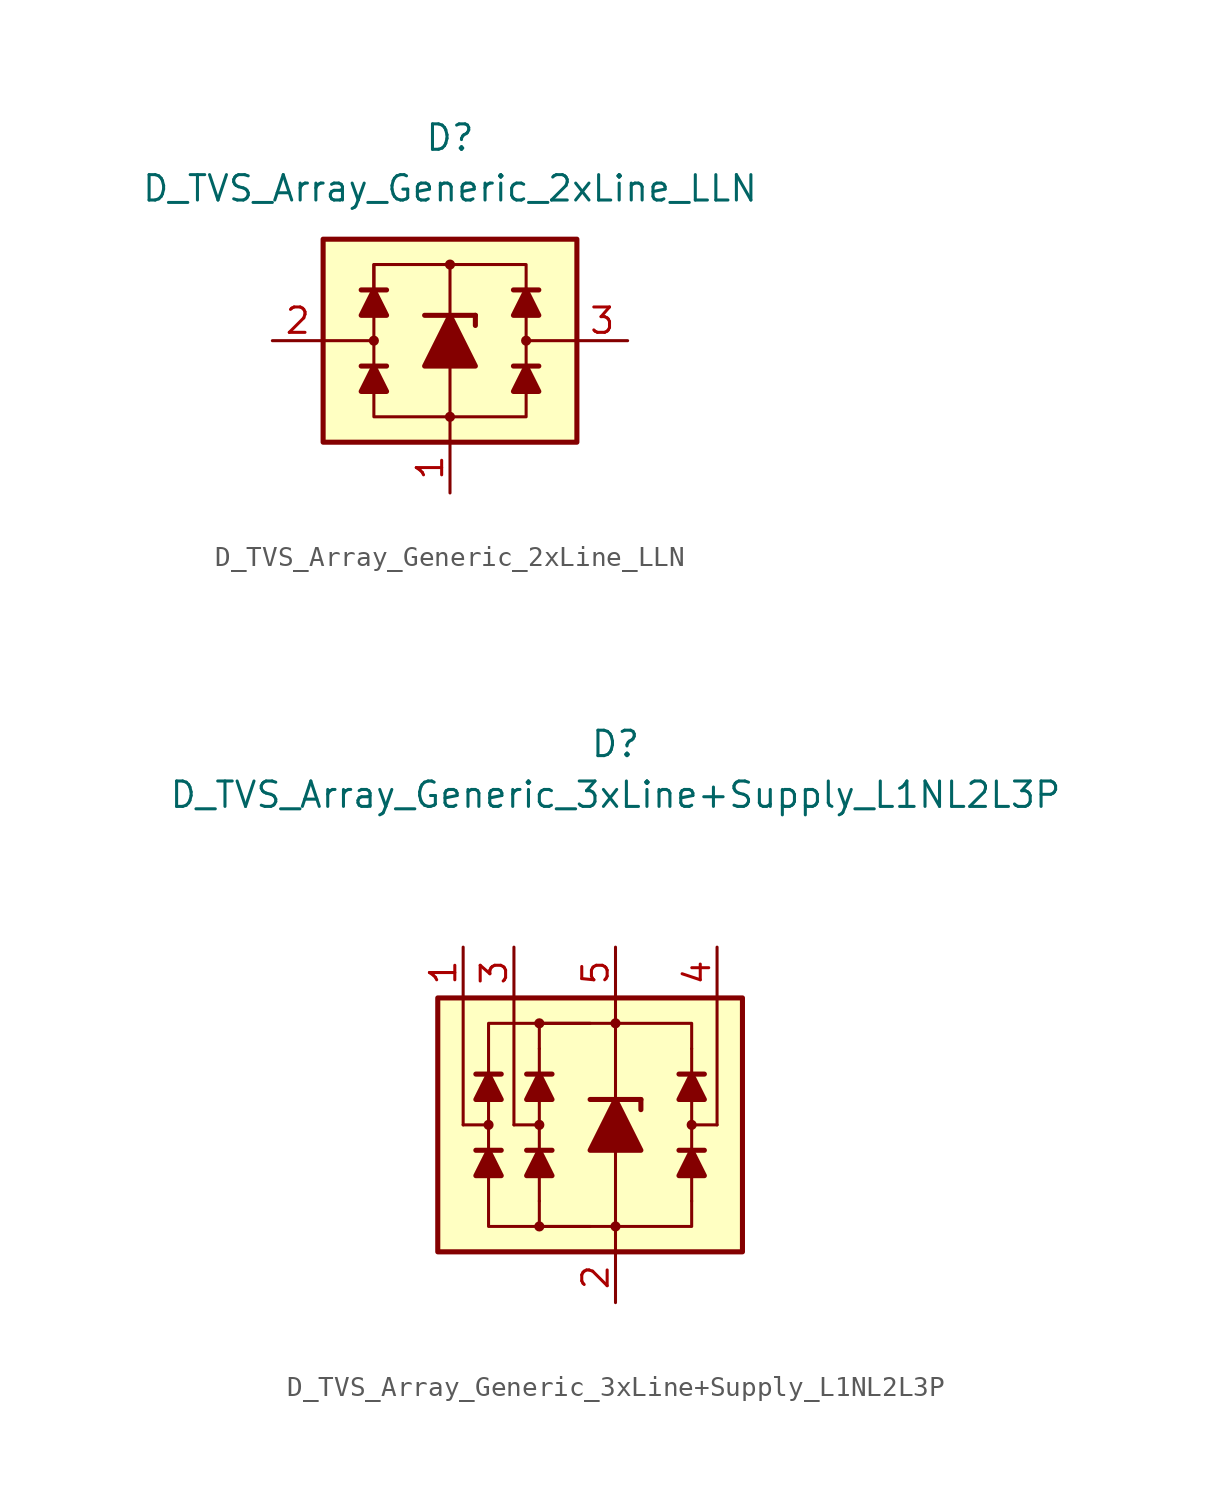
<source format=kicad_sym>
(kicad_symbol_lib
  (version 20211014)
  (generator kicad_symbol_editor)
  (symbol "D_TVS_Array_Generic_2xLine_LLN"
    (pin_names
      (offset 1.016) hide)
    (property "Reference" "D"
      (at 0 10.16 0)
      (effects (font (size 1.27 1.27))))
    (property "Value" "D_TVS_Array_Generic_2xLine_LLN"
      (at 0 7.62 0)
      (effects (font (size 1.27 1.27))))
    (symbol "D_TVS_Array_Generic_2xLine_LLN_0_1"
      (rectangle (start -6.35 5.08) (end 6.35 -5.08) (stroke (width 0.254) (type default) (color 0 0 0 0)) (fill (type background)))
      (circle (center -3.81 0) (radius 0.178) (stroke (width 0) (type default) (color 0 0 0 0)) (fill (type outline)))
      (polyline (pts (xy -3.81 -1.27) (xy -3.81 1.27)) (stroke (width 0) (type default) (color 0 0 0 0)) (fill (type none)))
      (polyline (pts (xy -3.81 0) (xy -6.35 0)) (stroke (width 0) (type default) (color 0 0 0 0)) (fill (type none)))
      (polyline (pts (xy -3.175 -1.27) (xy -4.445 -1.27)) (stroke (width 0.254) (type default) (color 0 0 0 0)) (fill (type none)))
      (polyline (pts (xy -3.175 2.54) (xy -4.445 2.54)) (stroke (width 0.254) (type default) (color 0 0 0 0)) (fill (type none)))
      (polyline (pts (xy 0 -1.27) (xy 0 -5.08)) (stroke (width 0) (type default) (color 0 0 0 0)) (fill (type none)))
      (polyline (pts (xy 0 1.27) (xy 0 3.81)) (stroke (width 0) (type default) (color 0 0 0 0)) (fill (type none)))
      (polyline (pts (xy 3.81 -1.27) (xy 3.81 1.27)) (stroke (width 0) (type default) (color 0 0 0 0)) (fill (type none)))
      (polyline (pts (xy 3.81 0) (xy 6.35 0)) (stroke (width 0) (type default) (color 0 0 0 0)) (fill (type none)))
      (polyline (pts (xy 4.445 -1.27) (xy 3.175 -1.27)) (stroke (width 0.254) (type default) (color 0 0 0 0)) (fill (type none)))
      (polyline (pts (xy 4.445 2.54) (xy 3.175 2.54)) (stroke (width 0.254) (type default) (color 0 0 0 0)) (fill (type none)))
      (polyline (pts (xy -3.81 -2.54) (xy -3.81 -3.81) (xy 3.81 -3.81) (xy 3.81 -2.54)) (stroke (width 0) (type default) (color 0 0 0 0)) (fill (type none)))
      (polyline (pts (xy -3.81 -1.27) (xy -3.175 -2.54) (xy -4.445 -2.54) (xy -3.81 -1.27)) (stroke (width 0.254) (type default) (color 0 0 0 0)) (fill (type outline)))
      (polyline (pts (xy -3.81 2.54) (xy -3.81 3.81) (xy 3.81 3.81) (xy 3.81 2.54)) (stroke (width 0) (type default) (color 0 0 0 0)) (fill (type none)))
      (polyline (pts (xy -3.81 2.54) (xy -3.175 1.27) (xy -4.445 1.27) (xy -3.81 2.54)) (stroke (width 0.254) (type default) (color 0 0 0 0)) (fill (type outline)))
      (polyline (pts (xy 3.81 -1.27) (xy 4.445 -2.54) (xy 3.175 -2.54) (xy 3.81 -1.27)) (stroke (width 0.254) (type default) (color 0 0 0 0)) (fill (type outline)))
      (polyline (pts (xy 3.81 2.54) (xy 4.445 1.27) (xy 3.175 1.27) (xy 3.81 2.54)) (stroke (width 0.254) (type default) (color 0 0 0 0)) (fill (type outline)))
      (circle (center 0 3.81) (radius 0.178) (stroke (width 0) (type default) (color 0 0 0 0)) (fill (type outline)))
      (circle (center 3.81 0) (radius 0.178) (stroke (width 0) (type default) (color 0 0 0 0)) (fill (type outline))))
    (symbol "D_TVS_Array_Generic_2xLine_LLN_1_1"
      (circle (center 0 -3.81) (radius 0.178) (stroke (width 0) (type default) (color 0 0 0 0)) (fill (type outline)))
      (polyline (pts (xy -3.81 1.27) (xy -3.81 3.81)) (stroke (width 0) (type default) (color 0 0 0 0)) (fill (type none)))
      (polyline (pts (xy -1.27 1.27) (xy 1.27 1.27)) (stroke (width 0.254) (type default) (color 0 0 0 0)) (fill (type none)))
      (polyline (pts (xy 0 -1.27) (xy 0 1.27)) (stroke (width 0) (type default) (color 0 0 0 0)) (fill (type none)))
      (polyline (pts (xy 1.27 1.27) (xy 1.27 0.762)) (stroke (width 0.254) (type default) (color 0 0 0 0)) (fill (type none)))
      (polyline (pts (xy 1.27 -1.27) (xy -1.27 -1.27) (xy 0 1.27) (xy 1.27 -1.27)) (stroke (width 0.254) (type default) (color 0 0 0 0)) (fill (type outline)))
      (pin passive line (at 0 -7.62 90) (length 2.54) (name "VN" (effects (font (size 1.27 1.27)))) (number "1" (effects (font (size 1.27 1.27)))))
      (pin passive line (at -8.89 0 0) (length 2.54) (name "L1" (effects (font (size 1.27 1.27)))) (number "2" (effects (font (size 1.27 1.27)))))
      (pin passive line (at 8.89 0 180) (length 2.54) (name "L2" (effects (font (size 1.27 1.27)))) (number "3" (effects (font (size 1.27 1.27)))))))
  (symbol "D_TVS_Array_Generic_3xLine+Supply_L1NL2L3P"
    (pin_names
      (offset 1.016) hide)
    (property "Reference" "D"
      (at 0 19.05 0)
      (effects (font (size 1.27 1.27))))
    (property "Value" "D_TVS_Array_Generic_3xLine+Supply_L1NL2L3P"
      (at 0 16.51 0)
      (effects (font (size 1.27 1.27))))
    (symbol "D_TVS_Array_Generic_3xLine+Supply_L1NL2L3P_0_1"
      (rectangle (start -8.89 6.35) (end 6.35 -6.35) (stroke (width 0.254) (type default) (color 0 0 0 0)) (fill (type background)))
      (circle (center -3.81 0) (radius 0.178) (stroke (width 0) (type default) (color 0 0 0 0)) (fill (type outline)))
      (polyline (pts (xy -5.715 -1.27) (xy -6.985 -1.27)) (stroke (width 0.254) (type default) (color 0 0 0 0)) (fill (type none)))
      (polyline (pts (xy -5.715 2.54) (xy -6.985 2.54)) (stroke (width 0.254) (type default) (color 0 0 0 0)) (fill (type none)))
      (polyline (pts (xy -5.08 0) (xy -5.08 6.35)) (stroke (width 0) (type default) (color 0 0 0 0)) (fill (type none)))
      (polyline (pts (xy -3.81 -1.27) (xy -3.81 1.27)) (stroke (width 0) (type default) (color 0 0 0 0)) (fill (type none)))
      (polyline (pts (xy -3.81 0) (xy -5.08 0)) (stroke (width 0) (type default) (color 0 0 0 0)) (fill (type none)))
      (polyline (pts (xy -3.175 -1.27) (xy -4.445 -1.27)) (stroke (width 0.254) (type default) (color 0 0 0 0)) (fill (type none)))
      (polyline (pts (xy -3.175 2.54) (xy -4.445 2.54)) (stroke (width 0.254) (type default) (color 0 0 0 0)) (fill (type none)))
      (polyline (pts (xy 0 -5.08) (xy 0 -6.35)) (stroke (width 0) (type default) (color 0 0 0 0)) (fill (type none)))
      (polyline (pts (xy 0 -1.27) (xy 0 -5.08)) (stroke (width 0) (type default) (color 0 0 0 0)) (fill (type none)))
      (polyline (pts (xy 0 1.27) (xy 0 6.35)) (stroke (width 0) (type default) (color 0 0 0 0)) (fill (type none)))
      (polyline (pts (xy 3.81 -1.27) (xy 3.81 1.27)) (stroke (width 0) (type default) (color 0 0 0 0)) (fill (type none)))
      (polyline (pts (xy 3.81 0) (xy 5.08 0)) (stroke (width 0) (type default) (color 0 0 0 0)) (fill (type none)))
      (polyline (pts (xy 4.445 -1.27) (xy 3.175 -1.27)) (stroke (width 0.254) (type default) (color 0 0 0 0)) (fill (type none)))
      (polyline (pts (xy 4.445 2.54) (xy 3.175 2.54)) (stroke (width 0.254) (type default) (color 0 0 0 0)) (fill (type none)))
      (polyline (pts (xy 5.08 0) (xy 5.08 6.35)) (stroke (width 0) (type default) (color 0 0 0 0)) (fill (type none)))
      (polyline (pts (xy -6.35 -1.27) (xy -5.715 -2.54) (xy -6.985 -2.54) (xy -6.35 -1.27)) (stroke (width 0.254) (type default) (color 0 0 0 0)) (fill (type outline)))
      (polyline (pts (xy -6.35 2.54) (xy -5.715 1.27) (xy -6.985 1.27) (xy -6.35 2.54)) (stroke (width 0.254) (type default) (color 0 0 0 0)) (fill (type outline)))
      (polyline (pts (xy -3.81 -3.81) (xy -3.81 -5.08) (xy 3.81 -5.08) (xy 3.81 -3.81)) (stroke (width 0) (type default) (color 0 0 0 0)) (fill (type none)))
      (polyline (pts (xy -3.81 -1.27) (xy -3.175 -2.54) (xy -4.445 -2.54) (xy -3.81 -1.27)) (stroke (width 0.254) (type default) (color 0 0 0 0)) (fill (type outline)))
      (polyline (pts (xy -3.81 2.54) (xy -3.175 1.27) (xy -4.445 1.27) (xy -3.81 2.54)) (stroke (width 0.254) (type default) (color 0 0 0 0)) (fill (type outline)))
      (polyline (pts (xy -3.81 3.81) (xy -3.81 5.08) (xy 3.81 5.08) (xy 3.81 3.81)) (stroke (width 0) (type default) (color 0 0 0 0)) (fill (type none)))
      (polyline (pts (xy -1.27 -5.08) (xy -6.35 -5.08) (xy -6.35 5.08) (xy -1.27 5.08)) (stroke (width 0) (type default) (color 0 0 0 0)) (fill (type none)))
      (polyline (pts (xy 3.81 -1.27) (xy 4.445 -2.54) (xy 3.175 -2.54) (xy 3.81 -1.27)) (stroke (width 0.254) (type default) (color 0 0 0 0)) (fill (type outline)))
      (polyline (pts (xy 3.81 2.54) (xy 4.445 1.27) (xy 3.175 1.27) (xy 3.81 2.54)) (stroke (width 0.254) (type default) (color 0 0 0 0)) (fill (type outline)))
      (circle (center 0 5.08) (radius 0.178) (stroke (width 0) (type default) (color 0 0 0 0)) (fill (type outline)))
      (circle (center 3.81 0) (radius 0.178) (stroke (width 0) (type default) (color 0 0 0 0)) (fill (type outline))))
    (symbol "D_TVS_Array_Generic_3xLine+Supply_L1NL2L3P_1_1"
      (circle (center -6.35 0) (radius 0.178) (stroke (width 0) (type default) (color 0 0 0 0)) (fill (type outline)))
      (circle (center -3.81 -5.08) (radius 0.178) (stroke (width 0) (type default) (color 0 0 0 0)) (fill (type outline)))
      (circle (center -3.81 5.08) (radius 0.178) (stroke (width 0) (type default) (color 0 0 0 0)) (fill (type outline)))
      (circle (center 0 -5.08) (radius 0.178) (stroke (width 0) (type default) (color 0 0 0 0)) (fill (type outline)))
      (polyline (pts (xy -7.62 0) (xy -7.62 6.35)) (stroke (width 0) (type default) (color 0 0 0 0)) (fill (type none)))
      (polyline (pts (xy -6.35 0) (xy -7.62 0)) (stroke (width 0) (type default) (color 0 0 0 0)) (fill (type none)))
      (polyline (pts (xy -3.81 -3.81) (xy -3.81 -1.27)) (stroke (width 0) (type default) (color 0 0 0 0)) (fill (type none)))
      (polyline (pts (xy -3.81 1.27) (xy -3.81 3.81)) (stroke (width 0) (type default) (color 0 0 0 0)) (fill (type none)))
      (polyline (pts (xy -1.27 1.27) (xy 1.27 1.27)) (stroke (width 0.254) (type default) (color 0 0 0 0)) (fill (type none)))
      (polyline (pts (xy 0 -1.27) (xy 0 1.27)) (stroke (width 0) (type default) (color 0 0 0 0)) (fill (type none)))
      (polyline (pts (xy 1.27 1.27) (xy 1.27 0.762)) (stroke (width 0.254) (type default) (color 0 0 0 0)) (fill (type none)))
      (polyline (pts (xy 3.81 -3.81) (xy 3.81 -1.27)) (stroke (width 0) (type default) (color 0 0 0 0)) (fill (type none)))
      (polyline (pts (xy 3.81 1.27) (xy 3.81 3.81)) (stroke (width 0) (type default) (color 0 0 0 0)) (fill (type none)))
      (polyline (pts (xy 1.27 -1.27) (xy -1.27 -1.27) (xy 0 1.27) (xy 1.27 -1.27)) (stroke (width 0.254) (type default) (color 0 0 0 0)) (fill (type outline)))
      (pin passive line (at -7.62 8.89 270) (length 2.54) (name "L1" (effects (font (size 1.27 1.27)))) (number "1" (effects (font (size 1.27 1.27)))))
      (pin passive line (at 0 -8.89 90) (length 2.54) (name "VN" (effects (font (size 1.27 1.27)))) (number "2" (effects (font (size 1.27 1.27)))))
      (pin passive line (at -5.08 8.89 270) (length 2.54) (name "L2" (effects (font (size 1.27 1.27)))) (number "3" (effects (font (size 1.27 1.27)))))
      (pin passive line (at 5.08 8.89 270) (length 2.54) (name "L2" (effects (font (size 1.27 1.27)))) (number "4" (effects (font (size 1.27 1.27)))))
      (pin passive line (at 0 8.89 270) (length 2.54) (name "VP" (effects (font (size 1.27 1.27)))) (number "5" (effects (font (size 1.27 1.27))))))))
</source>
